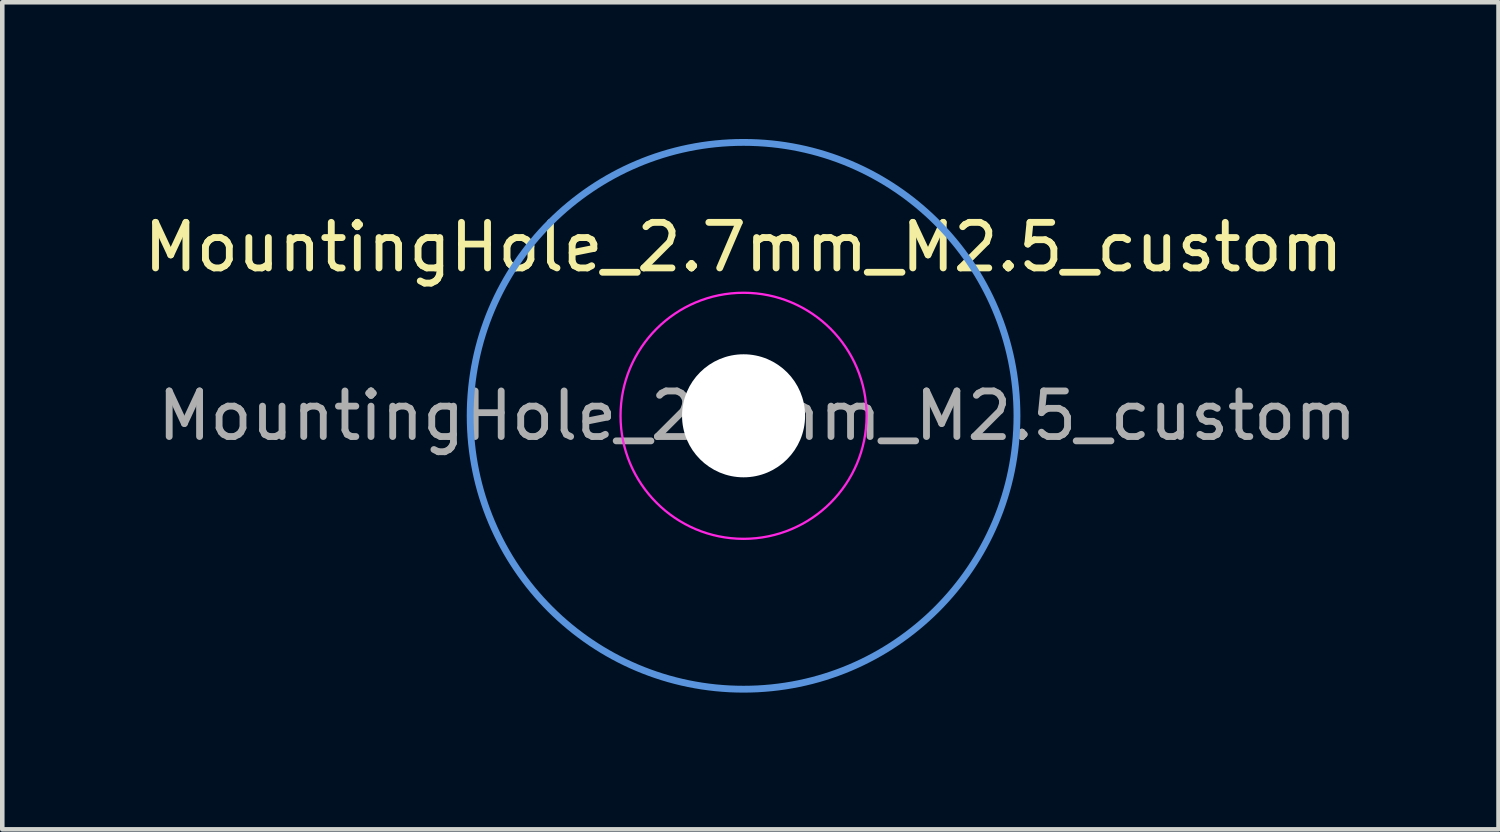
<source format=kicad_pcb>
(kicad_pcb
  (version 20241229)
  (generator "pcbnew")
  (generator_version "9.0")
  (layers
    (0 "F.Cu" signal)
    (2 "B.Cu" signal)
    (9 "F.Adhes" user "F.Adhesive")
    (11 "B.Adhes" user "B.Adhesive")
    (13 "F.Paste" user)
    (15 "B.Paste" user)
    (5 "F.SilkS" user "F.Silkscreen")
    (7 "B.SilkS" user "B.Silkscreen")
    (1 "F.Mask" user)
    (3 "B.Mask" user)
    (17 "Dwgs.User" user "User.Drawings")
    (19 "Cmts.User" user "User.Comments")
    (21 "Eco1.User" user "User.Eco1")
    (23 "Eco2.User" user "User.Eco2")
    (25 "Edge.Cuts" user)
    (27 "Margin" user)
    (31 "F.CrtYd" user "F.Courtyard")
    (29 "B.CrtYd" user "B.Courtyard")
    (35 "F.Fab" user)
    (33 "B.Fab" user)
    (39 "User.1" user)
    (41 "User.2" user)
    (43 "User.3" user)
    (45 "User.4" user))
  (footprint "MountingHole_2.7mm_M2.5_custom"
    (layer "F.Cu")
    (at 13.268 6.075)
    (property "Reference" "MountingHole_2.7mm_M2.5_custom" (at 0 -3.7 0) (layer "F.SilkS") (effects (font (size 1 1) (thickness 0.15))))
    (attr exclude_from_pos_files exclude_from_bom)
    (fp_circle (center 0 0) (end 6 0) (stroke (width 0.15) (type solid)) (fill no) (layer "Cmts.User"))
    (fp_circle (center 0 0) (end 2.7 0) (stroke (width 0.05) (type solid)) (fill no) (layer "F.CrtYd"))
    (fp_text user "${REFERENCE}" (at 0.3 0 0) (layer "F.Fab") (effects (font (size 1 1) (thickness 0.15))))
    (pad "" np_thru_hole circle (at 0 0) (size 2.7 2.7) (drill 2.7) (layers "*.Cu" "*.Mask")))
  (gr_rect
    (start -3 -3)
    (end 29.836 15.15)
    (stroke (width 0.1) (type default))
    (fill no)
    (layer "Edge.Cuts")))
</source>
